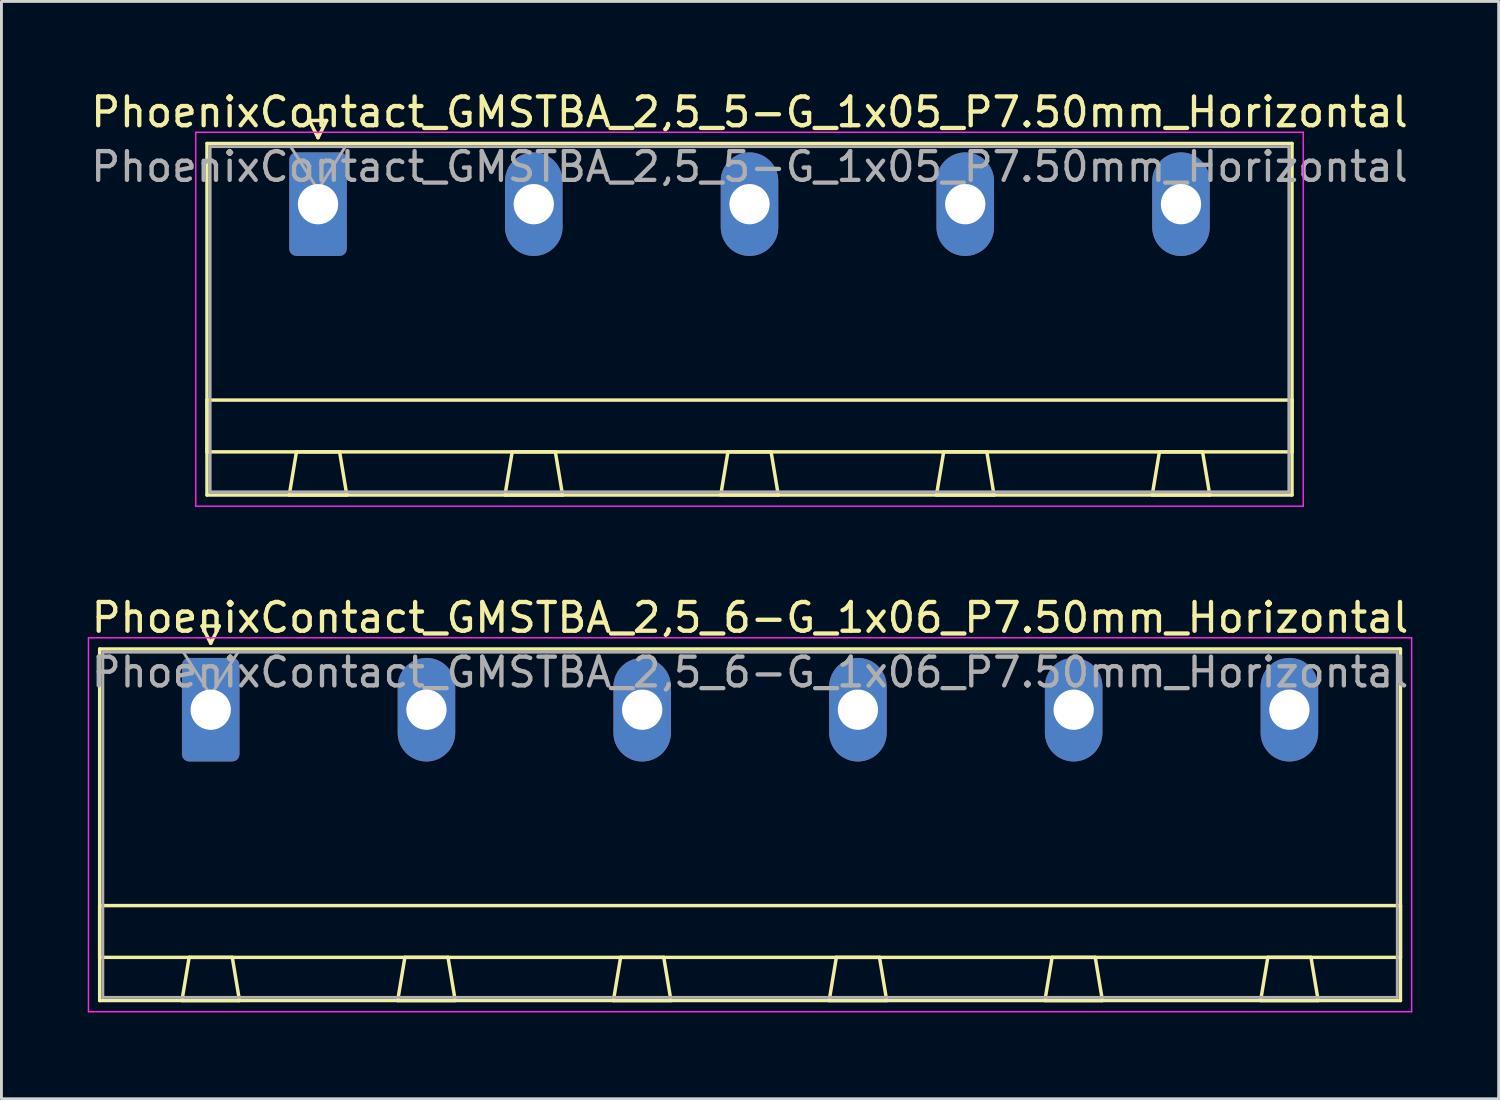
<source format=kicad_pcb>
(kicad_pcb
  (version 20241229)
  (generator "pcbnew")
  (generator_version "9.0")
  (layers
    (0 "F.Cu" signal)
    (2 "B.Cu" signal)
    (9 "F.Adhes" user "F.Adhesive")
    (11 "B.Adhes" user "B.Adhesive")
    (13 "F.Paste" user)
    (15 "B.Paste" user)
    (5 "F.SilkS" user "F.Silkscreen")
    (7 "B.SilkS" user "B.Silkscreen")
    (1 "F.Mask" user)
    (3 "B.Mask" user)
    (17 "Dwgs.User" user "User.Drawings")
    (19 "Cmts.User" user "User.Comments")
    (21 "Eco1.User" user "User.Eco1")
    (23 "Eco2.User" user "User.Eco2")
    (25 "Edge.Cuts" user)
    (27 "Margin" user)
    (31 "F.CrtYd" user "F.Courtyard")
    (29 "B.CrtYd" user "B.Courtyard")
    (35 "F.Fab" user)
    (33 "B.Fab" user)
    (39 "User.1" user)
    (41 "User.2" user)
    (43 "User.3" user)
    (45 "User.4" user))
  (footprint "PhoenixContact_GMSTBA_2,5_5-G_1x05_P7.50mm_Horizontal"
    (layer "F.Cu")
    (at 8.006 4.048)
    (property "Reference" "PhoenixContact_GMSTBA_2,5_5-G_1x05_P7.50mm_Horizontal" (at 15 -3.2 0) (layer "F.SilkS") (effects (font (size 1 1) (thickness 0.15))))
    (attr through_hole)
    (fp_line (start -3.86 -2.11) (end -3.86 10.11) (stroke (width 0.12) (type solid)) (layer "F.SilkS"))
    (fp_line (start -3.86 6.81) (end 33.86 6.81) (stroke (width 0.12) (type solid)) (layer "F.SilkS"))
    (fp_line (start -3.86 8.61) (end -3.86 6.81) (stroke (width 0.12) (type solid)) (layer "F.SilkS"))
    (fp_line (start -3.86 10.11) (end 33.86 10.11) (stroke (width 0.12) (type solid)) (layer "F.SilkS"))
    (fp_line (start -1 10.11) (end 1 10.11) (stroke (width 0.12) (type solid)) (layer "F.SilkS"))
    (fp_line (start -0.75 8.61) (end -1 10.11) (stroke (width 0.12) (type solid)) (layer "F.SilkS"))
    (fp_line (start -0.3 -2.91) (end 0.3 -2.91) (stroke (width 0.12) (type solid)) (layer "F.SilkS"))
    (fp_line (start 0 -2.31) (end -0.3 -2.91) (stroke (width 0.12) (type solid)) (layer "F.SilkS"))
    (fp_line (start 0.3 -2.91) (end 0 -2.31) (stroke (width 0.12) (type solid)) (layer "F.SilkS"))
    (fp_line (start 0.75 8.61) (end -0.75 8.61) (stroke (width 0.12) (type solid)) (layer "F.SilkS"))
    (fp_line (start 1 10.11) (end 0.75 8.61) (stroke (width 0.12) (type solid)) (layer "F.SilkS"))
    (fp_line (start 6.5 10.11) (end 8.5 10.11) (stroke (width 0.12) (type solid)) (layer "F.SilkS"))
    (fp_line (start 6.75 8.61) (end 6.5 10.11) (stroke (width 0.12) (type solid)) (layer "F.SilkS"))
    (fp_line (start 8.25 8.61) (end 6.75 8.61) (stroke (width 0.12) (type solid)) (layer "F.SilkS"))
    (fp_line (start 8.5 10.11) (end 8.25 8.61) (stroke (width 0.12) (type solid)) (layer "F.SilkS"))
    (fp_line (start 14 10.11) (end 16 10.11) (stroke (width 0.12) (type solid)) (layer "F.SilkS"))
    (fp_line (start 14.25 8.61) (end 14 10.11) (stroke (width 0.12) (type solid)) (layer "F.SilkS"))
    (fp_line (start 15.75 8.61) (end 14.25 8.61) (stroke (width 0.12) (type solid)) (layer "F.SilkS"))
    (fp_line (start 16 10.11) (end 15.75 8.61) (stroke (width 0.12) (type solid)) (layer "F.SilkS"))
    (fp_line (start 21.5 10.11) (end 23.5 10.11) (stroke (width 0.12) (type solid)) (layer "F.SilkS"))
    (fp_line (start 21.75 8.61) (end 21.5 10.11) (stroke (width 0.12) (type solid)) (layer "F.SilkS"))
    (fp_line (start 23.25 8.61) (end 21.75 8.61) (stroke (width 0.12) (type solid)) (layer "F.SilkS"))
    (fp_line (start 23.5 10.11) (end 23.25 8.61) (stroke (width 0.12) (type solid)) (layer "F.SilkS"))
    (fp_line (start 29 10.11) (end 31 10.11) (stroke (width 0.12) (type solid)) (layer "F.SilkS"))
    (fp_line (start 29.25 8.61) (end 29 10.11) (stroke (width 0.12) (type solid)) (layer "F.SilkS"))
    (fp_line (start 30.75 8.61) (end 29.25 8.61) (stroke (width 0.12) (type solid)) (layer "F.SilkS"))
    (fp_line (start 31 10.11) (end 30.75 8.61) (stroke (width 0.12) (type solid)) (layer "F.SilkS"))
    (fp_line (start 33.86 -2.11) (end -3.86 -2.11) (stroke (width 0.12) (type solid)) (layer "F.SilkS"))
    (fp_line (start 33.86 6.81) (end 33.86 8.61) (stroke (width 0.12) (type solid)) (layer "F.SilkS"))
    (fp_line (start 33.86 8.61) (end -3.86 8.61) (stroke (width 0.12) (type solid)) (layer "F.SilkS"))
    (fp_line (start 33.86 10.11) (end 33.86 -2.11) (stroke (width 0.12) (type solid)) (layer "F.SilkS"))
    (fp_line (start -4.25 -2.5) (end -4.25 10.5) (stroke (width 0.05) (type solid)) (layer "F.CrtYd"))
    (fp_line (start -4.25 10.5) (end 34.25 10.5) (stroke (width 0.05) (type solid)) (layer "F.CrtYd"))
    (fp_line (start 34.25 -2.5) (end -4.25 -2.5) (stroke (width 0.05) (type solid)) (layer "F.CrtYd"))
    (fp_line (start 34.25 10.5) (end 34.25 -2.5) (stroke (width 0.05) (type solid)) (layer "F.CrtYd"))
    (fp_line (start -3.75 -2) (end -3.75 10) (stroke (width 0.1) (type solid)) (layer "F.Fab"))
    (fp_line (start -3.75 10) (end 33.75 10) (stroke (width 0.1) (type solid)) (layer "F.Fab"))
    (fp_line (start 0 -0.5) (end -0.95 -2) (stroke (width 0.1) (type solid)) (layer "F.Fab"))
    (fp_line (start 0.95 -2) (end 0 -0.5) (stroke (width 0.1) (type solid)) (layer "F.Fab"))
    (fp_line (start 33.75 -2) (end -3.75 -2) (stroke (width 0.1) (type solid)) (layer "F.Fab"))
    (fp_line (start 33.75 10) (end 33.75 -2) (stroke (width 0.1) (type solid)) (layer "F.Fab"))
    (fp_text user "${REFERENCE}" (at 15 -1.3 0) (layer "F.Fab") (effects (font (size 1 1) (thickness 0.15))))
    (pad "1" thru_hole roundrect (at 0 0) (size 2 3.6) (drill 1.4) (layers "*.Cu" "*.Mask") (roundrect_rratio 0.125))
    (pad "2" thru_hole oval (at 7.5 0) (size 2 3.6) (drill 1.4) (layers "*.Cu" "*.Mask"))
    (pad "3" thru_hole oval (at 15 0) (size 2 3.6) (drill 1.4) (layers "*.Cu" "*.Mask"))
    (pad "4" thru_hole oval (at 22.5 0) (size 2 3.6) (drill 1.4) (layers "*.Cu" "*.Mask"))
    (pad "5" thru_hole oval (at 30 0) (size 2 3.6) (drill 1.4) (layers "*.Cu" "*.Mask")))
  (footprint "PhoenixContact_GMSTBA_2,5_6-G_1x06_P7.50mm_Horizontal"
    (layer "F.Cu")
    (at 4.275 21.622)
    (property "Reference" "PhoenixContact_GMSTBA_2,5_6-G_1x06_P7.50mm_Horizontal" (at 18.75 -3.2 0) (layer "F.SilkS") (effects (font (size 1 1) (thickness 0.15))))
    (attr through_hole)
    (fp_line (start -3.86 -2.11) (end -3.86 10.11) (stroke (width 0.12) (type solid)) (layer "F.SilkS"))
    (fp_line (start -3.86 6.81) (end 41.36 6.81) (stroke (width 0.12) (type solid)) (layer "F.SilkS"))
    (fp_line (start -3.86 8.61) (end -3.86 6.81) (stroke (width 0.12) (type solid)) (layer "F.SilkS"))
    (fp_line (start -3.86 10.11) (end 41.36 10.11) (stroke (width 0.12) (type solid)) (layer "F.SilkS"))
    (fp_line (start -1 10.11) (end 1 10.11) (stroke (width 0.12) (type solid)) (layer "F.SilkS"))
    (fp_line (start -0.75 8.61) (end -1 10.11) (stroke (width 0.12) (type solid)) (layer "F.SilkS"))
    (fp_line (start -0.3 -2.91) (end 0.3 -2.91) (stroke (width 0.12) (type solid)) (layer "F.SilkS"))
    (fp_line (start 0 -2.31) (end -0.3 -2.91) (stroke (width 0.12) (type solid)) (layer "F.SilkS"))
    (fp_line (start 0.3 -2.91) (end 0 -2.31) (stroke (width 0.12) (type solid)) (layer "F.SilkS"))
    (fp_line (start 0.75 8.61) (end -0.75 8.61) (stroke (width 0.12) (type solid)) (layer "F.SilkS"))
    (fp_line (start 1 10.11) (end 0.75 8.61) (stroke (width 0.12) (type solid)) (layer "F.SilkS"))
    (fp_line (start 6.5 10.11) (end 8.5 10.11) (stroke (width 0.12) (type solid)) (layer "F.SilkS"))
    (fp_line (start 6.75 8.61) (end 6.5 10.11) (stroke (width 0.12) (type solid)) (layer "F.SilkS"))
    (fp_line (start 8.25 8.61) (end 6.75 8.61) (stroke (width 0.12) (type solid)) (layer "F.SilkS"))
    (fp_line (start 8.5 10.11) (end 8.25 8.61) (stroke (width 0.12) (type solid)) (layer "F.SilkS"))
    (fp_line (start 14 10.11) (end 16 10.11) (stroke (width 0.12) (type solid)) (layer "F.SilkS"))
    (fp_line (start 14.25 8.61) (end 14 10.11) (stroke (width 0.12) (type solid)) (layer "F.SilkS"))
    (fp_line (start 15.75 8.61) (end 14.25 8.61) (stroke (width 0.12) (type solid)) (layer "F.SilkS"))
    (fp_line (start 16 10.11) (end 15.75 8.61) (stroke (width 0.12) (type solid)) (layer "F.SilkS"))
    (fp_line (start 21.5 10.11) (end 23.5 10.11) (stroke (width 0.12) (type solid)) (layer "F.SilkS"))
    (fp_line (start 21.75 8.61) (end 21.5 10.11) (stroke (width 0.12) (type solid)) (layer "F.SilkS"))
    (fp_line (start 23.25 8.61) (end 21.75 8.61) (stroke (width 0.12) (type solid)) (layer "F.SilkS"))
    (fp_line (start 23.5 10.11) (end 23.25 8.61) (stroke (width 0.12) (type solid)) (layer "F.SilkS"))
    (fp_line (start 29 10.11) (end 31 10.11) (stroke (width 0.12) (type solid)) (layer "F.SilkS"))
    (fp_line (start 29.25 8.61) (end 29 10.11) (stroke (width 0.12) (type solid)) (layer "F.SilkS"))
    (fp_line (start 30.75 8.61) (end 29.25 8.61) (stroke (width 0.12) (type solid)) (layer "F.SilkS"))
    (fp_line (start 31 10.11) (end 30.75 8.61) (stroke (width 0.12) (type solid)) (layer "F.SilkS"))
    (fp_line (start 36.5 10.11) (end 38.5 10.11) (stroke (width 0.12) (type solid)) (layer "F.SilkS"))
    (fp_line (start 36.75 8.61) (end 36.5 10.11) (stroke (width 0.12) (type solid)) (layer "F.SilkS"))
    (fp_line (start 38.25 8.61) (end 36.75 8.61) (stroke (width 0.12) (type solid)) (layer "F.SilkS"))
    (fp_line (start 38.5 10.11) (end 38.25 8.61) (stroke (width 0.12) (type solid)) (layer "F.SilkS"))
    (fp_line (start 41.36 -2.11) (end -3.86 -2.11) (stroke (width 0.12) (type solid)) (layer "F.SilkS"))
    (fp_line (start 41.36 6.81) (end 41.36 8.61) (stroke (width 0.12) (type solid)) (layer "F.SilkS"))
    (fp_line (start 41.36 8.61) (end -3.86 8.61) (stroke (width 0.12) (type solid)) (layer "F.SilkS"))
    (fp_line (start 41.36 10.11) (end 41.36 -2.11) (stroke (width 0.12) (type solid)) (layer "F.SilkS"))
    (fp_line (start -4.25 -2.5) (end -4.25 10.5) (stroke (width 0.05) (type solid)) (layer "F.CrtYd"))
    (fp_line (start -4.25 10.5) (end 41.75 10.5) (stroke (width 0.05) (type solid)) (layer "F.CrtYd"))
    (fp_line (start 41.75 -2.5) (end -4.25 -2.5) (stroke (width 0.05) (type solid)) (layer "F.CrtYd"))
    (fp_line (start 41.75 10.5) (end 41.75 -2.5) (stroke (width 0.05) (type solid)) (layer "F.CrtYd"))
    (fp_line (start -3.75 -2) (end -3.75 10) (stroke (width 0.1) (type solid)) (layer "F.Fab"))
    (fp_line (start -3.75 10) (end 41.25 10) (stroke (width 0.1) (type solid)) (layer "F.Fab"))
    (fp_line (start 0 -0.5) (end -0.95 -2) (stroke (width 0.1) (type solid)) (layer "F.Fab"))
    (fp_line (start 0.95 -2) (end 0 -0.5) (stroke (width 0.1) (type solid)) (layer "F.Fab"))
    (fp_line (start 41.25 -2) (end -3.75 -2) (stroke (width 0.1) (type solid)) (layer "F.Fab"))
    (fp_line (start 41.25 10) (end 41.25 -2) (stroke (width 0.1) (type solid)) (layer "F.Fab"))
    (fp_text user "${REFERENCE}" (at 18.75 -1.3 0) (layer "F.Fab") (effects (font (size 1 1) (thickness 0.15))))
    (pad "1" thru_hole roundrect (at 0 0) (size 2 3.6) (drill 1.4) (layers "*.Cu" "*.Mask") (roundrect_rratio 0.125))
    (pad "2" thru_hole oval (at 7.5 0) (size 2 3.6) (drill 1.4) (layers "*.Cu" "*.Mask"))
    (pad "3" thru_hole oval (at 15 0) (size 2 3.6) (drill 1.4) (layers "*.Cu" "*.Mask"))
    (pad "4" thru_hole oval (at 22.5 0) (size 2 3.6) (drill 1.4) (layers "*.Cu" "*.Mask"))
    (pad "5" thru_hole oval (at 30 0) (size 2 3.6) (drill 1.4) (layers "*.Cu" "*.Mask"))
    (pad "6" thru_hole oval (at 37.5 0) (size 2 3.6) (drill 1.4) (layers "*.Cu" "*.Mask")))
  (gr_rect
    (start -3 -3)
    (end 49.05 35.147)
    (stroke (width 0.1) (type default))
    (fill no)
    (layer "Edge.Cuts")))
</source>
